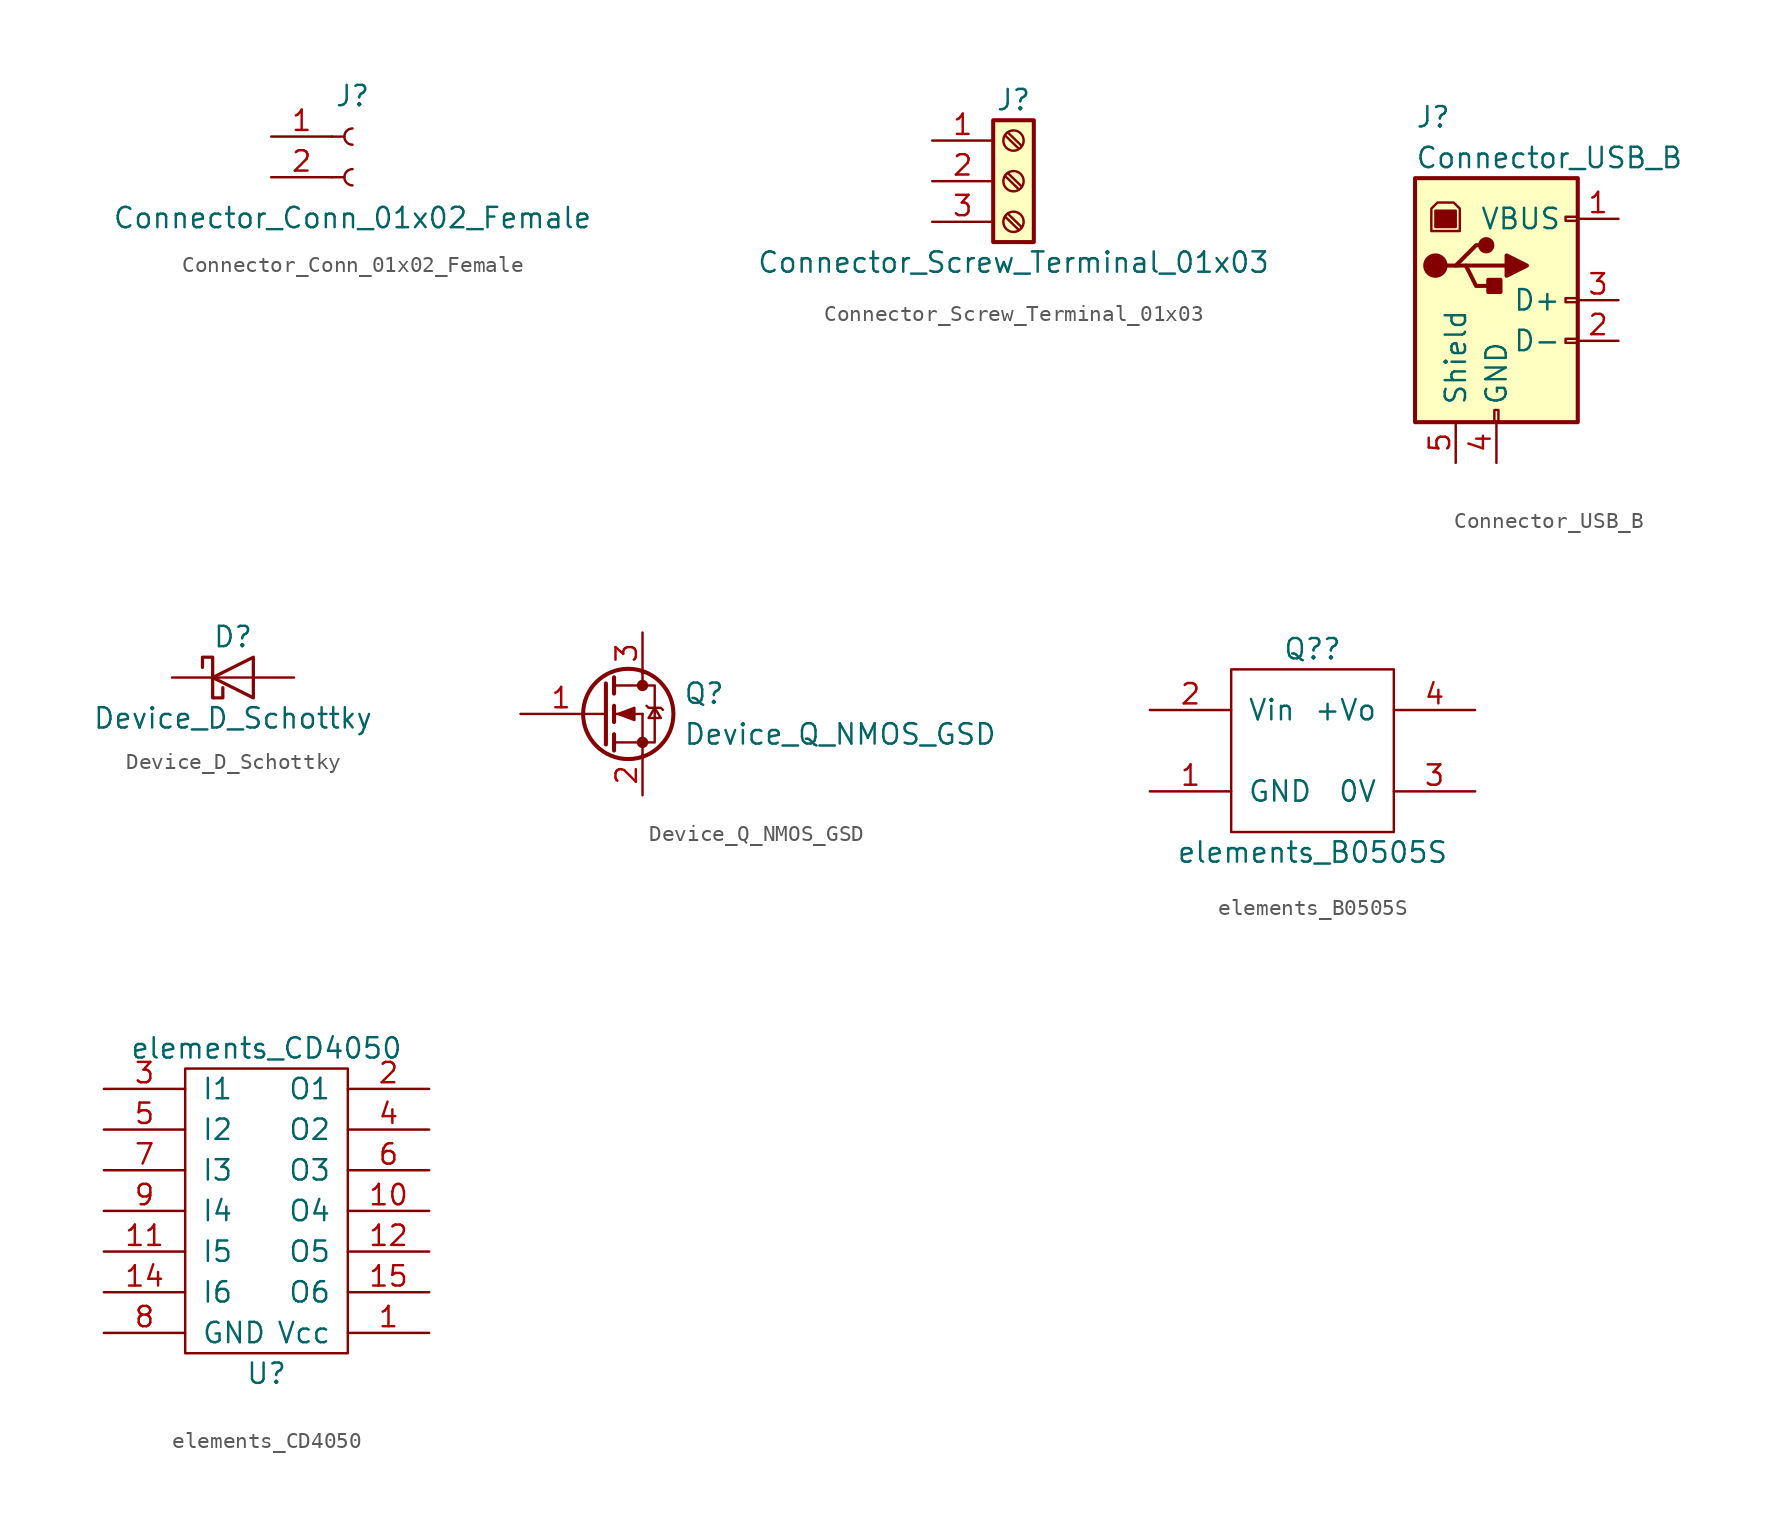
<source format=kicad_sym>
(kicad_symbol_lib
  (version 20211014)
  (generator kicad_symbol_editor)
  (symbol "Connector_Conn_01x02_Female"
    (pin_names
      (offset 1.016) hide)
    (property "Reference" "J"
      (at 0 2.54 0)
      (effects (font (size 1.27 1.27))))
    (property "Value" "Connector_Conn_01x02_Female"
      (at 0 -5.08 0)
      (effects (font (size 1.27 1.27))))
    (symbol "Connector_Conn_01x02_Female_1_1"
      (arc (start 0 -2.032) (mid -0.508 -2.54) (end 0 -3.048) (stroke (width 0.1524) (type default) (color 0 0 0 0)) (fill (type none)))
      (polyline (pts (xy -1.27 -2.54) (xy -0.508 -2.54)) (stroke (width 0.152) (type default) (color 0 0 0 0)) (fill (type none)))
      (polyline (pts (xy -1.27 0) (xy -0.508 0)) (stroke (width 0.152) (type default) (color 0 0 0 0)) (fill (type none)))
      (arc (start 0 0.508) (mid -0.508 0) (end 0 -0.508) (stroke (width 0.1524) (type default) (color 0 0 0 0)) (fill (type none)))
      (pin passive line (at -5.08 0 0) (length 3.81) (name "Pin_1" (effects (font (size 1.27 1.27)))) (number "1" (effects (font (size 1.27 1.27)))))
      (pin passive line (at -5.08 -2.54 0) (length 3.81) (name "Pin_2" (effects (font (size 1.27 1.27)))) (number "2" (effects (font (size 1.27 1.27)))))))
  (symbol "Connector_Screw_Terminal_01x03"
    (pin_names
      (offset 1.016) hide)
    (property "Reference" "J"
      (at 0 5.08 0)
      (effects (font (size 1.27 1.27))))
    (property "Value" "Connector_Screw_Terminal_01x03"
      (at 0 -5.08 0)
      (effects (font (size 1.27 1.27))))
    (symbol "Connector_Screw_Terminal_01x03_1_1"
      (rectangle (start -1.27 3.81) (end 1.27 -3.81) (stroke (width 0.254) (type default) (color 0 0 0 0)) (fill (type background)))
      (circle (center 0 -2.54) (radius 0.635) (stroke (width 0.152) (type default) (color 0 0 0 0)) (fill (type none)))
      (polyline (pts (xy -0.533 -2.21) (xy 0.33 -3.048)) (stroke (width 0.152) (type default) (color 0 0 0 0)) (fill (type none)))
      (polyline (pts (xy -0.533 0.33) (xy 0.33 -0.508)) (stroke (width 0.152) (type default) (color 0 0 0 0)) (fill (type none)))
      (polyline (pts (xy -0.533 2.87) (xy 0.33 2.032)) (stroke (width 0.152) (type default) (color 0 0 0 0)) (fill (type none)))
      (polyline (pts (xy -0.356 -2.032) (xy 0.508 -2.87)) (stroke (width 0.152) (type default) (color 0 0 0 0)) (fill (type none)))
      (polyline (pts (xy -0.356 0.508) (xy 0.508 -0.33)) (stroke (width 0.152) (type default) (color 0 0 0 0)) (fill (type none)))
      (polyline (pts (xy -0.356 3.048) (xy 0.508 2.21)) (stroke (width 0.152) (type default) (color 0 0 0 0)) (fill (type none)))
      (circle (center 0 0) (radius 0.635) (stroke (width 0.152) (type default) (color 0 0 0 0)) (fill (type none)))
      (circle (center 0 2.54) (radius 0.635) (stroke (width 0.152) (type default) (color 0 0 0 0)) (fill (type none)))
      (pin passive line (at -5.08 2.54 0) (length 3.81) (name "Pin_1" (effects (font (size 1.27 1.27)))) (number "1" (effects (font (size 1.27 1.27)))))
      (pin passive line (at -5.08 0 0) (length 3.81) (name "Pin_2" (effects (font (size 1.27 1.27)))) (number "2" (effects (font (size 1.27 1.27)))))
      (pin passive line (at -5.08 -2.54 0) (length 3.81) (name "Pin_3" (effects (font (size 1.27 1.27)))) (number "3" (effects (font (size 1.27 1.27)))))))
  (symbol "Connector_USB_B"
    (pin_names
      (offset 1.016))
    (property "Reference" "J"
      (at -5.08 11.43 0)
      (effects (font (size 1.27 1.27)) (justify left)))
    (property "Value" "Connector_USB_B"
      (at -5.08 8.89 0)
      (effects (font (size 1.27 1.27)) (justify left)))
    (symbol "Connector_USB_B_0_1"
      (rectangle (start -5.08 -7.62) (end 5.08 7.62) (stroke (width 0.254) (type default) (color 0 0 0 0)) (fill (type background)))
      (circle (center -3.81 2.159) (radius 0.635) (stroke (width 0.254) (type default) (color 0 0 0 0)) (fill (type outline)))
      (rectangle (start -3.81 5.588) (end -2.54 4.572) (stroke (width 0) (type default) (color 0 0 0 0)) (fill (type outline)))
      (circle (center -0.635 3.429) (radius 0.381) (stroke (width 0.254) (type default) (color 0 0 0 0)) (fill (type outline)))
      (rectangle (start -0.127 -7.62) (end 0.127 -6.858) (stroke (width 0) (type default) (color 0 0 0 0)) (fill (type none)))
      (polyline (pts (xy -1.905 2.159) (xy 0.635 2.159)) (stroke (width 0.254) (type default) (color 0 0 0 0)) (fill (type none)))
      (polyline (pts (xy -3.175 2.159) (xy -2.54 2.159) (xy -1.27 3.429) (xy -0.635 3.429)) (stroke (width 0.254) (type default) (color 0 0 0 0)) (fill (type none)))
      (polyline (pts (xy -2.54 2.159) (xy -1.905 2.159) (xy -1.27 0.889) (xy 0 0.889)) (stroke (width 0.254) (type default) (color 0 0 0 0)) (fill (type none)))
      (polyline (pts (xy 0.635 2.794) (xy 0.635 1.524) (xy 1.905 2.159) (xy 0.635 2.794)) (stroke (width 0.254) (type default) (color 0 0 0 0)) (fill (type outline)))
      (polyline (pts (xy -4.064 4.318) (xy -2.286 4.318) (xy -2.286 5.715) (xy -2.667 6.096) (xy -3.683 6.096) (xy -4.064 5.715) (xy -4.064 4.318)) (stroke (width 0) (type default) (color 0 0 0 0)) (fill (type none)))
      (rectangle (start 0.254 1.27) (end -0.508 0.508) (stroke (width 0.254) (type default) (color 0 0 0 0)) (fill (type outline)))
      (rectangle (start 5.08 -2.667) (end 4.318 -2.413) (stroke (width 0) (type default) (color 0 0 0 0)) (fill (type none)))
      (rectangle (start 5.08 -0.127) (end 4.318 0.127) (stroke (width 0) (type default) (color 0 0 0 0)) (fill (type none)))
      (rectangle (start 5.08 4.953) (end 4.318 5.207) (stroke (width 0) (type default) (color 0 0 0 0)) (fill (type none))))
    (symbol "Connector_USB_B_1_1"
      (pin power_out line (at 7.62 5.08 180) (length 2.54) (name "VBUS" (effects (font (size 1.27 1.27)))) (number "1" (effects (font (size 1.27 1.27)))))
      (pin passive line (at 7.62 -2.54 180) (length 2.54) (name "D-" (effects (font (size 1.27 1.27)))) (number "2" (effects (font (size 1.27 1.27)))))
      (pin passive line (at 7.62 0 180) (length 2.54) (name "D+" (effects (font (size 1.27 1.27)))) (number "3" (effects (font (size 1.27 1.27)))))
      (pin power_out line (at 0 -10.16 90) (length 2.54) (name "GND" (effects (font (size 1.27 1.27)))) (number "4" (effects (font (size 1.27 1.27)))))
      (pin passive line (at -2.54 -10.16 90) (length 2.54) (name "Shield" (effects (font (size 1.27 1.27)))) (number "5" (effects (font (size 1.27 1.27)))))))
  (symbol "Device_D_Schottky"
    (pin_numbers hide)
    (pin_names
      (offset 1.016) hide)
    (property "Reference" "D"
      (at 0 2.54 0)
      (effects (font (size 1.27 1.27))))
    (property "Value" "Device_D_Schottky"
      (at 0 -2.54 0)
      (effects (font (size 1.27 1.27))))
    (symbol "Device_D_Schottky_0_1"
      (polyline (pts (xy 1.27 0) (xy -1.27 0)) (stroke (width 0) (type default) (color 0 0 0 0)) (fill (type none)))
      (polyline (pts (xy 1.27 1.27) (xy 1.27 -1.27) (xy -1.27 0) (xy 1.27 1.27)) (stroke (width 0.203) (type default) (color 0 0 0 0)) (fill (type none)))
      (polyline (pts (xy -1.905 0.635) (xy -1.905 1.27) (xy -1.27 1.27) (xy -1.27 -1.27) (xy -0.635 -1.27) (xy -0.635 -0.635)) (stroke (width 0.203) (type default) (color 0 0 0 0)) (fill (type none))))
    (symbol "Device_D_Schottky_1_1"
      (pin passive line (at -3.81 0 0) (length 2.54) (name "K" (effects (font (size 1.27 1.27)))) (number "1" (effects (font (size 1.27 1.27)))))
      (pin passive line (at 3.81 0 180) (length 2.54) (name "A" (effects (font (size 1.27 1.27)))) (number "2" (effects (font (size 1.27 1.27)))))))
  (symbol "Device_Q_NMOS_GSD"
    (pin_names
      (offset 0) hide)
    (property "Reference" "Q"
      (at 5.08 1.27 0)
      (effects (font (size 1.27 1.27)) (justify left)))
    (property "Value" "Device_Q_NMOS_GSD"
      (at 5.08 -1.27 0)
      (effects (font (size 1.27 1.27)) (justify left)))
    (symbol "Device_Q_NMOS_GSD_0_1"
      (polyline (pts (xy 0.051 0) (xy 0.254 0)) (stroke (width 0) (type default) (color 0 0 0 0)) (fill (type none)))
      (polyline (pts (xy 0.762 -1.778) (xy 2.54 -1.778)) (stroke (width 0) (type default) (color 0 0 0 0)) (fill (type none)))
      (polyline (pts (xy 0.762 -1.27) (xy 0.762 -2.286)) (stroke (width 0.254) (type default) (color 0 0 0 0)) (fill (type none)))
      (polyline (pts (xy 0.762 0) (xy 2.54 0)) (stroke (width 0) (type default) (color 0 0 0 0)) (fill (type none)))
      (polyline (pts (xy 0.762 0.508) (xy 0.762 -0.508)) (stroke (width 0.254) (type default) (color 0 0 0 0)) (fill (type none)))
      (polyline (pts (xy 0.762 1.778) (xy 2.54 1.778)) (stroke (width 0) (type default) (color 0 0 0 0)) (fill (type none)))
      (polyline (pts (xy 0.762 2.286) (xy 0.762 1.27)) (stroke (width 0.254) (type default) (color 0 0 0 0)) (fill (type none)))
      (polyline (pts (xy 2.54 -1.778) (xy 2.54 -2.54)) (stroke (width 0) (type default) (color 0 0 0 0)) (fill (type none)))
      (polyline (pts (xy 2.54 -1.778) (xy 2.54 0)) (stroke (width 0) (type default) (color 0 0 0 0)) (fill (type none)))
      (polyline (pts (xy 2.54 2.54) (xy 2.54 1.778)) (stroke (width 0) (type default) (color 0 0 0 0)) (fill (type none)))
      (polyline (pts (xy 0.254 1.905) (xy 0.254 -1.905) (xy 0.254 -1.905)) (stroke (width 0.254) (type default) (color 0 0 0 0)) (fill (type none)))
      (polyline (pts (xy 1.016 0) (xy 2.032 0.381) (xy 2.032 -0.381) (xy 1.016 0)) (stroke (width 0) (type default) (color 0 0 0 0)) (fill (type outline)))
      (polyline (pts (xy 2.54 -1.778) (xy 3.302 -1.778) (xy 3.302 1.778) (xy 2.54 1.778)) (stroke (width 0) (type default) (color 0 0 0 0)) (fill (type none)))
      (polyline (pts (xy 2.794 0.508) (xy 2.921 0.381) (xy 3.683 0.381) (xy 3.81 0.254)) (stroke (width 0) (type default) (color 0 0 0 0)) (fill (type none)))
      (polyline (pts (xy 3.302 0.381) (xy 2.921 -0.254) (xy 3.683 -0.254) (xy 3.302 0.381)) (stroke (width 0) (type default) (color 0 0 0 0)) (fill (type none)))
      (circle (center 1.651 0) (radius 2.819) (stroke (width 0.254) (type default) (color 0 0 0 0)) (fill (type none)))
      (circle (center 2.54 -1.778) (radius 0.279) (stroke (width 0) (type default) (color 0 0 0 0)) (fill (type outline)))
      (circle (center 2.54 1.778) (radius 0.279) (stroke (width 0) (type default) (color 0 0 0 0)) (fill (type outline))))
    (symbol "Device_Q_NMOS_GSD_1_1"
      (pin input line (at -5.08 0 0) (length 5.08) (name "G" (effects (font (size 1.27 1.27)))) (number "1" (effects (font (size 1.27 1.27)))))
      (pin passive line (at 2.54 -5.08 90) (length 2.54) (name "S" (effects (font (size 1.27 1.27)))) (number "2" (effects (font (size 1.27 1.27)))))
      (pin passive line (at 2.54 5.08 270) (length 2.54) (name "D" (effects (font (size 1.27 1.27)))) (number "3" (effects (font (size 1.27 1.27)))))))
  (symbol "elements_B0505S"
    (pin_names
      (offset 1.016))
    (property "Reference" "Q?"
      (at 0 6.35 0)
      (effects (font (size 1.27 1.27))))
    (property "Value" "elements_B0505S"
      (at 0 -6.35 0)
      (effects (font (size 1.27 1.27))))
    (symbol "elements_B0505S_0_1"
      (rectangle (start -5.08 5.08) (end 5.08 -5.08) (stroke (width 0) (type default) (color 0 0 0 0)) (fill (type none))))
    (symbol "elements_B0505S_1_1"
      (pin power_in line (at -10.16 -2.54 0) (length 5.08) (name "GND" (effects (font (size 1.27 1.27)))) (number "1" (effects (font (size 1.27 1.27)))))
      (pin power_in line (at -10.16 2.54 0) (length 5.08) (name "Vin" (effects (font (size 1.27 1.27)))) (number "2" (effects (font (size 1.27 1.27)))))
      (pin power_out line (at 10.16 -2.54 180) (length 5.08) (name "0V" (effects (font (size 1.27 1.27)))) (number "3" (effects (font (size 1.27 1.27)))))
      (pin power_out line (at 10.16 2.54 180) (length 5.08) (name "+Vo" (effects (font (size 1.27 1.27)))) (number "4" (effects (font (size 1.27 1.27)))))))
  (symbol "elements_CD4050"
    (pin_names
      (offset 1.016))
    (property "Reference" "U"
      (at 0 -10.16 0)
      (effects (font (size 1.27 1.27))))
    (property "Value" "elements_CD4050"
      (at 0 10.16 0)
      (effects (font (size 1.27 1.27))))
    (symbol "elements_CD4050_0_1"
      (rectangle (start -5.08 8.89) (end 5.08 -8.89) (stroke (width 0) (type default) (color 0 0 0 0)) (fill (type none))))
    (symbol "elements_CD4050_1_1"
      (pin power_in line (at 10.16 -7.62 180) (length 5.08) (name "Vcc" (effects (font (size 1.27 1.27)))) (number "1" (effects (font (size 1.27 1.27)))))
      (pin output line (at 10.16 0 180) (length 5.08) (name "O4" (effects (font (size 1.27 1.27)))) (number "10" (effects (font (size 1.27 1.27)))))
      (pin input line (at -10.16 -2.54 0) (length 5.08) (name "I5" (effects (font (size 1.27 1.27)))) (number "11" (effects (font (size 1.27 1.27)))))
      (pin output line (at 10.16 -2.54 180) (length 5.08) (name "O5" (effects (font (size 1.27 1.27)))) (number "12" (effects (font (size 1.27 1.27)))))
      (pin input line (at -10.16 -5.08 0) (length 5.08) (name "I6" (effects (font (size 1.27 1.27)))) (number "14" (effects (font (size 1.27 1.27)))))
      (pin output line (at 10.16 -5.08 180) (length 5.08) (name "O6" (effects (font (size 1.27 1.27)))) (number "15" (effects (font (size 1.27 1.27)))))
      (pin output line (at 10.16 7.62 180) (length 5.08) (name "O1" (effects (font (size 1.27 1.27)))) (number "2" (effects (font (size 1.27 1.27)))))
      (pin input line (at -10.16 7.62 0) (length 5.08) (name "I1" (effects (font (size 1.27 1.27)))) (number "3" (effects (font (size 1.27 1.27)))))
      (pin output line (at 10.16 5.08 180) (length 5.08) (name "O2" (effects (font (size 1.27 1.27)))) (number "4" (effects (font (size 1.27 1.27)))))
      (pin input line (at -10.16 5.08 0) (length 5.08) (name "I2" (effects (font (size 1.27 1.27)))) (number "5" (effects (font (size 1.27 1.27)))))
      (pin output line (at 10.16 2.54 180) (length 5.08) (name "O3" (effects (font (size 1.27 1.27)))) (number "6" (effects (font (size 1.27 1.27)))))
      (pin input line (at -10.16 2.54 0) (length 5.08) (name "I3" (effects (font (size 1.27 1.27)))) (number "7" (effects (font (size 1.27 1.27)))))
      (pin power_in line (at -10.16 -7.62 0) (length 5.08) (name "GND" (effects (font (size 1.27 1.27)))) (number "8" (effects (font (size 1.27 1.27)))))
      (pin input line (at -10.16 0 0) (length 5.08) (name "I4" (effects (font (size 1.27 1.27)))) (number "9" (effects (font (size 1.27 1.27))))))))
</source>
